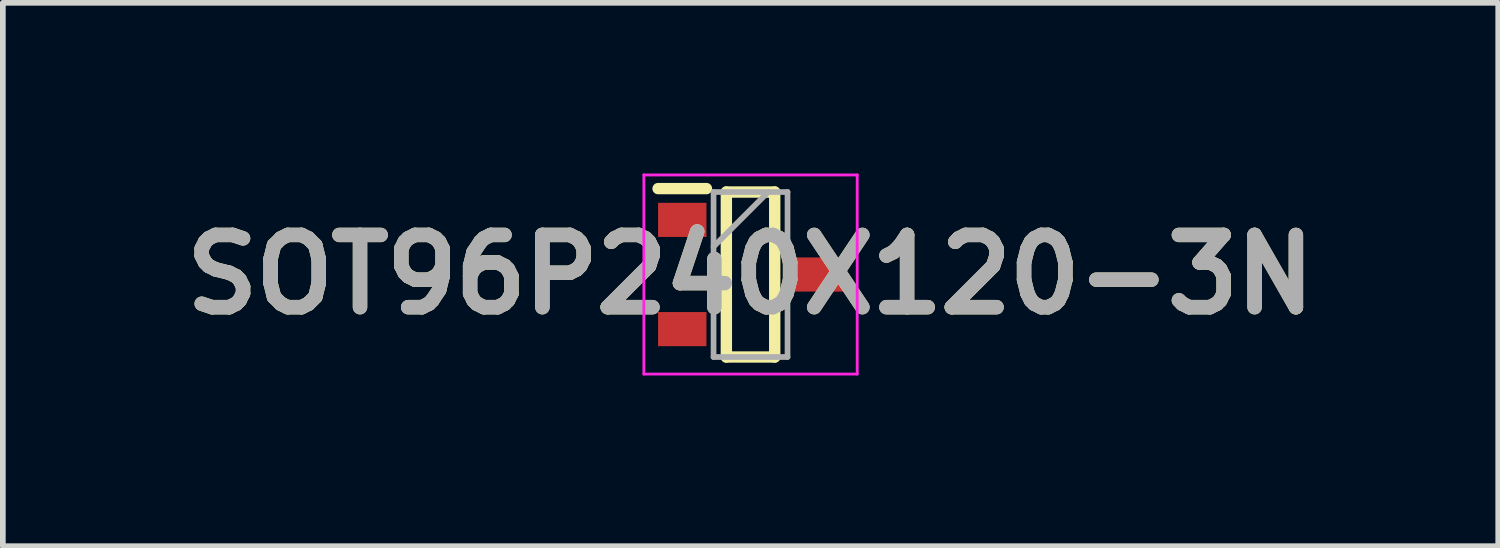
<source format=kicad_pcb>
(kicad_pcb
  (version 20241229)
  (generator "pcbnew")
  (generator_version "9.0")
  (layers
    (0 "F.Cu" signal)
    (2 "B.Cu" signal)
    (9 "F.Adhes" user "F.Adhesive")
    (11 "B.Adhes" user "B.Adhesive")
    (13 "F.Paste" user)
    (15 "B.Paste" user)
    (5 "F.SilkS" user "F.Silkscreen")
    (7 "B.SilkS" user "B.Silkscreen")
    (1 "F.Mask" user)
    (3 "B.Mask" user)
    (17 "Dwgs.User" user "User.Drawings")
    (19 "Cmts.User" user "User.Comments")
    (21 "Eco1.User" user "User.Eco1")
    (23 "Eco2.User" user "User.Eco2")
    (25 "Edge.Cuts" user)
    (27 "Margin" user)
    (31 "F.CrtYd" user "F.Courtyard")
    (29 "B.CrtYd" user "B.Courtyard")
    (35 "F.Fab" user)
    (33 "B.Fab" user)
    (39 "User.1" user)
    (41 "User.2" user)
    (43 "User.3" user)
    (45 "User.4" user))
  (footprint "SOT96P240X120-3N"
    (layer "F.Cu")
    (at 10.142 1.775)
    (property "Reference" "SOT96P240X120-3N" (at 0 0 0) (layer "F.SilkS") (effects (font (size 1.27 1.27) (thickness 0.254))))
    (attr smd)
    (fp_line (start -1.625 -1.51) (end -0.775 -1.51) (stroke (width 0.2) (type solid)) (layer "F.SilkS"))
    (fp_line (start -0.425 -1.45) (end 0.425 -1.45) (stroke (width 0.2) (type solid)) (layer "F.SilkS"))
    (fp_line (start -0.425 1.45) (end -0.425 -1.45) (stroke (width 0.2) (type solid)) (layer "F.SilkS"))
    (fp_line (start 0.425 -1.45) (end 0.425 1.45) (stroke (width 0.2) (type solid)) (layer "F.SilkS"))
    (fp_line (start 0.425 1.45) (end -0.425 1.45) (stroke (width 0.2) (type solid)) (layer "F.SilkS"))
    (fp_line (start -1.875 -1.75) (end 1.875 -1.75) (stroke (width 0.05) (type solid)) (layer "F.CrtYd"))
    (fp_line (start -1.875 1.75) (end -1.875 -1.75) (stroke (width 0.05) (type solid)) (layer "F.CrtYd"))
    (fp_line (start 1.875 -1.75) (end 1.875 1.75) (stroke (width 0.05) (type solid)) (layer "F.CrtYd"))
    (fp_line (start 1.875 1.75) (end -1.875 1.75) (stroke (width 0.05) (type solid)) (layer "F.CrtYd"))
    (fp_line (start -0.65 -1.45) (end 0.65 -1.45) (stroke (width 0.1) (type solid)) (layer "F.Fab"))
    (fp_line (start -0.65 -0.49) (end 0.31 -1.45) (stroke (width 0.1) (type solid)) (layer "F.Fab"))
    (fp_line (start -0.65 1.45) (end -0.65 -1.45) (stroke (width 0.1) (type solid)) (layer "F.Fab"))
    (fp_line (start 0.65 -1.45) (end 0.65 1.45) (stroke (width 0.1) (type solid)) (layer "F.Fab"))
    (fp_line (start 0.65 1.45) (end -0.65 1.45) (stroke (width 0.1) (type solid)) (layer "F.Fab"))
    (fp_text user "${REFERENCE}" (at 0 0 0) (layer "F.Fab") (effects (font (size 1.27 1.27) (thickness 0.254))))
    (pad "1" smd rect (at -1.2 -0.96 90) (size 0.6 0.85) (layers "F.Cu" "F.Mask" "F.Paste"))
    (pad "2" smd rect (at -1.2 0.96 90) (size 0.6 0.85) (layers "F.Cu" "F.Mask" "F.Paste"))
    (pad "3" smd rect (at 1.2 0 90) (size 0.6 0.85) (layers "F.Cu" "F.Mask" "F.Paste")))
  (gr_rect
    (start -3 -3)
    (end 23.284 6.55)
    (stroke (width 0.1) (type default))
    (fill no)
    (layer "Edge.Cuts")))
</source>
